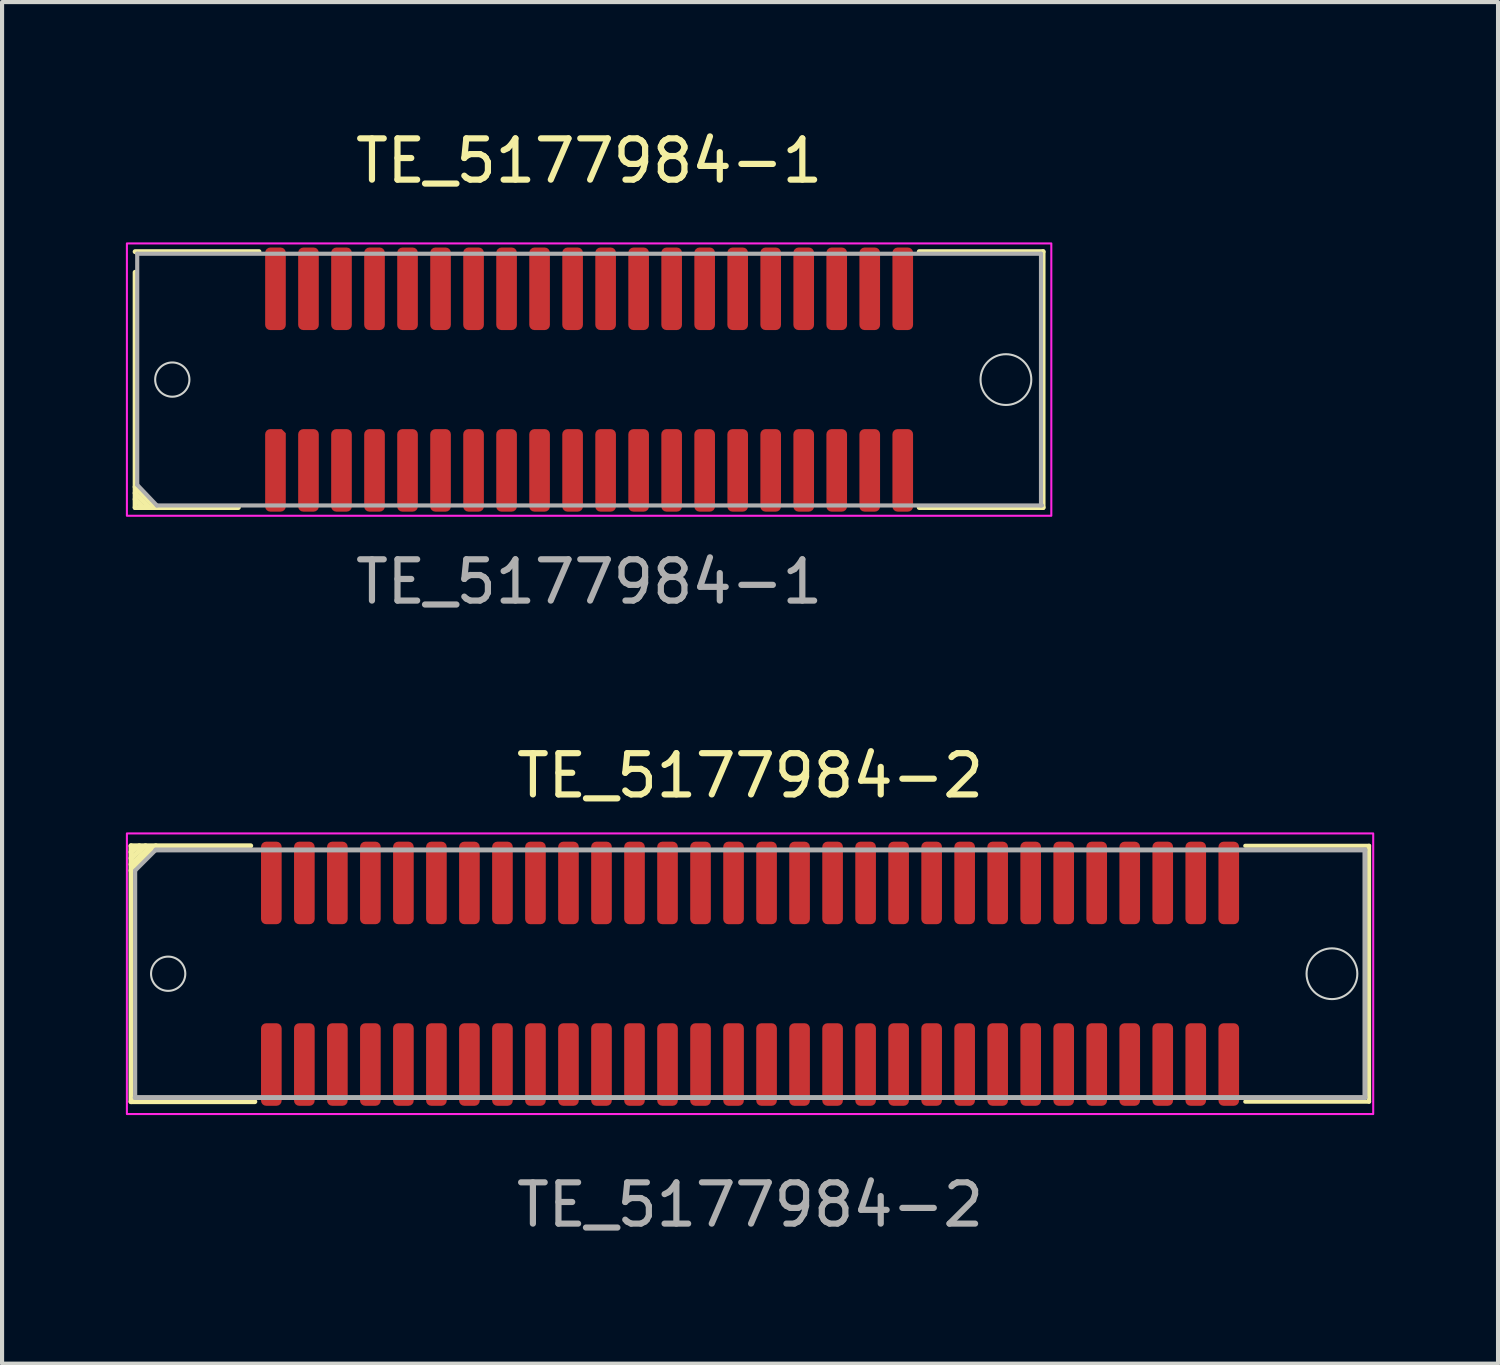
<source format=kicad_pcb>
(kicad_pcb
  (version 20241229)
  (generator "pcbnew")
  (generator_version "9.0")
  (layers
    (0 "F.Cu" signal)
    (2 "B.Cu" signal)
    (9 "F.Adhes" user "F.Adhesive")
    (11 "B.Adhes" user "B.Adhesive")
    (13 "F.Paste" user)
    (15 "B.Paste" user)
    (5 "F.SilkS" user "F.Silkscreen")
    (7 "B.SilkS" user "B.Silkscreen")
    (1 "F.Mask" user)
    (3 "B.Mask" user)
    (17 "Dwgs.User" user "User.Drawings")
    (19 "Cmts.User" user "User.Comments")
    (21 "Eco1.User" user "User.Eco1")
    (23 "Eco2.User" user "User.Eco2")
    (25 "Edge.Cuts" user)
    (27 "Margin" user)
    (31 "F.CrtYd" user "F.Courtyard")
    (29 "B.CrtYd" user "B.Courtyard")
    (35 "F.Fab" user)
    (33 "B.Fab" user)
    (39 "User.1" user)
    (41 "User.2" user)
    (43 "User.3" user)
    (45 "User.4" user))
  (footprint "TE_5177984-1"
    (layer "F.Cu")
    (at 11.225 6.148)
    (property "Reference" "TE_5177984-1" (at 0 -5.3 0) (layer "F.SilkS") (effects (font (size 1 1) (thickness 0.15))))
    (attr through_hole)
    (fp_line (start -11 -3.1) (end -8 -3.1) (stroke (width 0.12) (type solid)) (layer "F.SilkS"))
    (fp_line (start -11 2.6) (end -10.5 3.1) (stroke (width 0.12) (type solid)) (layer "F.SilkS"))
    (fp_line (start -11 2.75) (end -10.65 3.1) (stroke (width 0.12) (type solid)) (layer "F.SilkS"))
    (fp_line (start -11 2.9) (end -10.8 3.1) (stroke (width 0.12) (type solid)) (layer "F.SilkS"))
    (fp_line (start -11 3.1) (end -11 -2.6) (stroke (width 0.12) (type solid)) (layer "F.SilkS"))
    (fp_line (start -11 3.1) (end -8.5 3.1) (stroke (width 0.12) (type solid)) (layer "F.SilkS"))
    (fp_line (start 8 3.1) (end 11 3.1) (stroke (width 0.12) (type solid)) (layer "F.SilkS"))
    (fp_line (start 11 -3.1) (end 8 -3.1) (stroke (width 0.12) (type solid)) (layer "F.SilkS"))
    (fp_line (start 11 3.1) (end 11 -3.1) (stroke (width 0.12) (type solid)) (layer "F.SilkS"))
    (fp_circle (center -10.1 0) (end -9.685 0) (stroke (width 0.05) (type solid)) (fill no) (layer "Edge.Cuts"))
    (fp_circle (center 10.1 0) (end 10.715 0) (stroke (width 0.05) (type solid)) (fill no) (layer "Edge.Cuts"))
    (fp_rect (start -11.2 -3.3) (end 11.2 3.3) (stroke (width 0.05) (type solid)) (fill no) (layer "F.CrtYd"))
    (fp_line (start -10.95 -3.05) (end -10.95 2.55) (stroke (width 0.1) (type solid)) (layer "F.Fab"))
    (fp_line (start -10.95 2.55) (end -10.475 3.05) (stroke (width 0.1) (type solid)) (layer "F.Fab"))
    (fp_line (start -10.475 3.05) (end 10.975 3.05) (stroke (width 0.1) (type solid)) (layer "F.Fab"))
    (fp_line (start 10.95 -3.05) (end -10.95 -3.05) (stroke (width 0.1) (type solid)) (layer "F.Fab"))
    (fp_line (start 10.95 3.05) (end 10.95 -3.05) (stroke (width 0.1) (type solid)) (layer "F.Fab"))
    (fp_text user "${REFERENCE}" (at 0 4.9 0) (layer "F.Fab") (effects (font (size 1 1) (thickness 0.15))))
    (pad "1" smd roundrect (at -7.6 2.2) (size 0.5 2) (layers "F.Cu" "F.Mask" "F.Paste") (roundrect_rratio 0.25) (chamfer_ratio 0.2) (chamfer top_right))
    (pad "2" smd roundrect (at -7.6 -2.2) (size 0.5 2) (layers "F.Cu" "F.Mask" "F.Paste") (roundrect_rratio 0.25))
    (pad "3" smd roundrect (at -6.8 2.2) (size 0.5 2) (layers "F.Cu" "F.Mask" "F.Paste") (roundrect_rratio 0.25))
    (pad "4" smd roundrect (at -6.8 -2.2) (size 0.5 2) (layers "F.Cu" "F.Mask" "F.Paste") (roundrect_rratio 0.25))
    (pad "5" smd roundrect (at -6 2.2) (size 0.5 2) (layers "F.Cu" "F.Mask" "F.Paste") (roundrect_rratio 0.25))
    (pad "6" smd roundrect (at -6 -2.2) (size 0.5 2) (layers "F.Cu" "F.Mask" "F.Paste") (roundrect_rratio 0.25))
    (pad "7" smd roundrect (at -5.2 2.2) (size 0.5 2) (layers "F.Cu" "F.Mask" "F.Paste") (roundrect_rratio 0.25))
    (pad "8" smd roundrect (at -5.2 -2.2) (size 0.5 2) (layers "F.Cu" "F.Mask" "F.Paste") (roundrect_rratio 0.25))
    (pad "9" smd roundrect (at -4.4 2.2) (size 0.5 2) (layers "F.Cu" "F.Mask" "F.Paste") (roundrect_rratio 0.25))
    (pad "10" smd roundrect (at -4.4 -2.2) (size 0.5 2) (layers "F.Cu" "F.Mask" "F.Paste") (roundrect_rratio 0.25))
    (pad "11" smd roundrect (at -3.6 2.2) (size 0.5 2) (layers "F.Cu" "F.Mask" "F.Paste") (roundrect_rratio 0.25))
    (pad "12" smd roundrect (at -3.6 -2.2) (size 0.5 2) (layers "F.Cu" "F.Mask" "F.Paste") (roundrect_rratio 0.25))
    (pad "13" smd roundrect (at -2.8 2.2) (size 0.5 2) (layers "F.Cu" "F.Mask" "F.Paste") (roundrect_rratio 0.25))
    (pad "14" smd roundrect (at -2.8 -2.2) (size 0.5 2) (layers "F.Cu" "F.Mask" "F.Paste") (roundrect_rratio 0.25))
    (pad "15" smd roundrect (at -2 2.2) (size 0.5 2) (layers "F.Cu" "F.Mask" "F.Paste") (roundrect_rratio 0.25))
    (pad "16" smd roundrect (at -2 -2.2) (size 0.5 2) (layers "F.Cu" "F.Mask" "F.Paste") (roundrect_rratio 0.25))
    (pad "17" smd roundrect (at -1.2 2.2) (size 0.5 2) (layers "F.Cu" "F.Mask" "F.Paste") (roundrect_rratio 0.25))
    (pad "18" smd roundrect (at -1.2 -2.2) (size 0.5 2) (layers "F.Cu" "F.Mask" "F.Paste") (roundrect_rratio 0.25))
    (pad "19" smd roundrect (at -0.4 2.2) (size 0.5 2) (layers "F.Cu" "F.Mask" "F.Paste") (roundrect_rratio 0.25))
    (pad "20" smd roundrect (at -0.4 -2.2) (size 0.5 2) (layers "F.Cu" "F.Mask" "F.Paste") (roundrect_rratio 0.25))
    (pad "21" smd roundrect (at 0.4 2.2) (size 0.5 2) (layers "F.Cu" "F.Mask" "F.Paste") (roundrect_rratio 0.25))
    (pad "22" smd roundrect (at 0.4 -2.2) (size 0.5 2) (layers "F.Cu" "F.Mask" "F.Paste") (roundrect_rratio 0.25))
    (pad "23" smd roundrect (at 1.2 2.2) (size 0.5 2) (layers "F.Cu" "F.Mask" "F.Paste") (roundrect_rratio 0.25))
    (pad "24" smd roundrect (at 1.2 -2.2) (size 0.5 2) (layers "F.Cu" "F.Mask" "F.Paste") (roundrect_rratio 0.25))
    (pad "25" smd roundrect (at 2 2.2) (size 0.5 2) (layers "F.Cu" "F.Mask" "F.Paste") (roundrect_rratio 0.25))
    (pad "26" smd roundrect (at 2 -2.2) (size 0.5 2) (layers "F.Cu" "F.Mask" "F.Paste") (roundrect_rratio 0.25))
    (pad "27" smd roundrect (at 2.8 2.2) (size 0.5 2) (layers "F.Cu" "F.Mask" "F.Paste") (roundrect_rratio 0.25))
    (pad "28" smd roundrect (at 2.8 -2.2) (size 0.5 2) (layers "F.Cu" "F.Mask" "F.Paste") (roundrect_rratio 0.25))
    (pad "29" smd roundrect (at 3.6 2.2) (size 0.5 2) (layers "F.Cu" "F.Mask" "F.Paste") (roundrect_rratio 0.25))
    (pad "30" smd roundrect (at 3.6 -2.2) (size 0.5 2) (layers "F.Cu" "F.Mask" "F.Paste") (roundrect_rratio 0.25))
    (pad "31" smd roundrect (at 4.4 2.2) (size 0.5 2) (layers "F.Cu" "F.Mask" "F.Paste") (roundrect_rratio 0.25))
    (pad "32" smd roundrect (at 4.4 -2.2) (size 0.5 2) (layers "F.Cu" "F.Mask" "F.Paste") (roundrect_rratio 0.25))
    (pad "33" smd roundrect (at 5.2 2.2) (size 0.5 2) (layers "F.Cu" "F.Mask" "F.Paste") (roundrect_rratio 0.25))
    (pad "34" smd roundrect (at 5.2 -2.2) (size 0.5 2) (layers "F.Cu" "F.Mask" "F.Paste") (roundrect_rratio 0.25))
    (pad "35" smd roundrect (at 6 2.2) (size 0.5 2) (layers "F.Cu" "F.Mask" "F.Paste") (roundrect_rratio 0.25))
    (pad "36" smd roundrect (at 6 -2.2) (size 0.5 2) (layers "F.Cu" "F.Mask" "F.Paste") (roundrect_rratio 0.25))
    (pad "37" smd roundrect (at 6.8 2.2) (size 0.5 2) (layers "F.Cu" "F.Mask" "F.Paste") (roundrect_rratio 0.25))
    (pad "38" smd roundrect (at 6.8 -2.2) (size 0.5 2) (layers "F.Cu" "F.Mask" "F.Paste") (roundrect_rratio 0.25))
    (pad "39" smd roundrect (at 7.6 2.2) (size 0.5 2) (layers "F.Cu" "F.Mask" "F.Paste") (roundrect_rratio 0.25))
    (pad "40" smd roundrect (at 7.6 -2.2) (size 0.5 2) (layers "F.Cu" "F.Mask" "F.Paste") (roundrect_rratio 0.25)))
  (footprint "TE_5177984-2"
    (layer "F.Cu")
    (at 15.125 20.545)
    (property "Reference" "TE_5177984-2" (at 0 -4.8 0) (layer "F.SilkS") (effects (font (size 1 1) (thickness 0.15))))
    (attr through_hole)
    (fp_line (start -15 -3.1) (end -15 3.1) (stroke (width 0.12) (type solid)) (layer "F.SilkS"))
    (fp_line (start -15 -2.95) (end -14.8 -3.1) (stroke (width 0.12) (type solid)) (layer "F.SilkS"))
    (fp_line (start -15 -2.8) (end -14.65 -3.1) (stroke (width 0.12) (type solid)) (layer "F.SilkS"))
    (fp_line (start -15 -2.65) (end -14.55 -3.05) (stroke (width 0.12) (type solid)) (layer "F.SilkS"))
    (fp_line (start -15 -2.5) (end -14.4 -3.1) (stroke (width 0.12) (type solid)) (layer "F.SilkS"))
    (fp_line (start -15 3.1) (end -12 3.1) (stroke (width 0.12) (type solid)) (layer "F.SilkS"))
    (fp_line (start -12.1 -3.1) (end -15 -3.1) (stroke (width 0.12) (type solid)) (layer "F.SilkS"))
    (fp_line (start 12 -3.1) (end 15 -3.1) (stroke (width 0.1) (type solid)) (layer "F.SilkS"))
    (fp_line (start 15 -3.1) (end 15 3.1) (stroke (width 0.1) (type solid)) (layer "F.SilkS"))
    (fp_line (start 15 3.1) (end 12 3.1) (stroke (width 0.1) (type solid)) (layer "F.SilkS"))
    (fp_circle (center -14.1 0) (end -13.685 0) (stroke (width 0.05) (type solid)) (fill no) (layer "Edge.Cuts"))
    (fp_circle (center 14.1 0) (end 14.715 0) (stroke (width 0.05) (type solid)) (fill no) (layer "Edge.Cuts"))
    (fp_rect (start -15.1 -3.4) (end 15.1 3.4) (stroke (width 0.05) (type solid)) (fill no) (layer "F.CrtYd"))
    (fp_line (start -14.9 3) (end -14.9 -2.5) (stroke (width 0.1) (type solid)) (layer "F.Fab"))
    (fp_line (start -14.4 -3) (end -14.9 -2.5) (stroke (width 0.1) (type default)) (layer "F.Fab"))
    (fp_line (start -14.4 -3) (end 14.9 -3) (stroke (width 0.12) (type solid)) (layer "F.Fab"))
    (fp_line (start 14.9 -3) (end 14.9 3) (stroke (width 0.12) (type solid)) (layer "F.Fab"))
    (fp_line (start 14.9 3) (end -14.9 3) (stroke (width 0.12) (type solid)) (layer "F.Fab"))
    (fp_text user "${REFERENCE}" (at 0 5.6 0) (layer "F.Fab") (effects (font (size 1 1) (thickness 0.15))))
    (pad "1" smd roundrect (at -11.6 -2.2) (size 0.5 2) (layers "F.Cu" "F.Mask" "F.Paste") (roundrect_rratio 0.25))
    (pad "2" smd roundrect (at -11.6 2.2) (size 0.5 2) (layers "F.Cu" "F.Mask" "F.Paste") (roundrect_rratio 0.25))
    (pad "3" smd roundrect (at -10.8 -2.2) (size 0.5 2) (layers "F.Cu" "F.Mask" "F.Paste") (roundrect_rratio 0.25))
    (pad "4" smd roundrect (at -10.8 2.2) (size 0.5 2) (layers "F.Cu" "F.Mask" "F.Paste") (roundrect_rratio 0.25))
    (pad "5" smd roundrect (at -10 -2.2) (size 0.5 2) (layers "F.Cu" "F.Mask" "F.Paste") (roundrect_rratio 0.25))
    (pad "6" smd roundrect (at -10 2.2) (size 0.5 2) (layers "F.Cu" "F.Mask" "F.Paste") (roundrect_rratio 0.25))
    (pad "7" smd roundrect (at -9.2 -2.2) (size 0.5 2) (layers "F.Cu" "F.Mask" "F.Paste") (roundrect_rratio 0.25))
    (pad "8" smd roundrect (at -9.2 2.2) (size 0.5 2) (layers "F.Cu" "F.Mask" "F.Paste") (roundrect_rratio 0.25))
    (pad "9" smd roundrect (at -8.4 -2.2) (size 0.5 2) (layers "F.Cu" "F.Mask" "F.Paste") (roundrect_rratio 0.25))
    (pad "10" smd roundrect (at -8.4 2.2) (size 0.5 2) (layers "F.Cu" "F.Mask" "F.Paste") (roundrect_rratio 0.25))
    (pad "11" smd roundrect (at -7.6 -2.2) (size 0.5 2) (layers "F.Cu" "F.Mask" "F.Paste") (roundrect_rratio 0.25))
    (pad "12" smd roundrect (at -7.6 2.2) (size 0.5 2) (layers "F.Cu" "F.Mask" "F.Paste") (roundrect_rratio 0.25))
    (pad "13" smd roundrect (at -6.8 -2.2) (size 0.5 2) (layers "F.Cu" "F.Mask" "F.Paste") (roundrect_rratio 0.25))
    (pad "14" smd roundrect (at -6.8 2.2) (size 0.5 2) (layers "F.Cu" "F.Mask" "F.Paste") (roundrect_rratio 0.25))
    (pad "15" smd roundrect (at -6 -2.2) (size 0.5 2) (layers "F.Cu" "F.Mask" "F.Paste") (roundrect_rratio 0.25))
    (pad "16" smd roundrect (at -6 2.2) (size 0.5 2) (layers "F.Cu" "F.Mask" "F.Paste") (roundrect_rratio 0.25))
    (pad "17" smd roundrect (at -5.2 -2.2) (size 0.5 2) (layers "F.Cu" "F.Mask" "F.Paste") (roundrect_rratio 0.25))
    (pad "18" smd roundrect (at -5.2 2.2) (size 0.5 2) (layers "F.Cu" "F.Mask" "F.Paste") (roundrect_rratio 0.25))
    (pad "19" smd roundrect (at -4.4 -2.2) (size 0.5 2) (layers "F.Cu" "F.Mask" "F.Paste") (roundrect_rratio 0.25))
    (pad "20" smd roundrect (at -4.4 2.2) (size 0.5 2) (layers "F.Cu" "F.Mask" "F.Paste") (roundrect_rratio 0.25))
    (pad "21" smd roundrect (at -3.6 -2.2) (size 0.5 2) (layers "F.Cu" "F.Mask" "F.Paste") (roundrect_rratio 0.25))
    (pad "22" smd roundrect (at -3.6 2.2) (size 0.5 2) (layers "F.Cu" "F.Mask" "F.Paste") (roundrect_rratio 0.25))
    (pad "23" smd roundrect (at -2.8 -2.2) (size 0.5 2) (layers "F.Cu" "F.Mask" "F.Paste") (roundrect_rratio 0.25))
    (pad "24" smd roundrect (at -2.8 2.2) (size 0.5 2) (layers "F.Cu" "F.Mask" "F.Paste") (roundrect_rratio 0.25))
    (pad "25" smd roundrect (at -2 -2.2) (size 0.5 2) (layers "F.Cu" "F.Mask" "F.Paste") (roundrect_rratio 0.25))
    (pad "26" smd roundrect (at -2 2.2) (size 0.5 2) (layers "F.Cu" "F.Mask" "F.Paste") (roundrect_rratio 0.25))
    (pad "27" smd roundrect (at -1.2 -2.2) (size 0.5 2) (layers "F.Cu" "F.Mask" "F.Paste") (roundrect_rratio 0.25))
    (pad "28" smd roundrect (at -1.2 2.2) (size 0.5 2) (layers "F.Cu" "F.Mask" "F.Paste") (roundrect_rratio 0.25))
    (pad "29" smd roundrect (at -0.4 -2.2) (size 0.5 2) (layers "F.Cu" "F.Mask" "F.Paste") (roundrect_rratio 0.25))
    (pad "30" smd roundrect (at -0.4 2.2) (size 0.5 2) (layers "F.Cu" "F.Mask" "F.Paste") (roundrect_rratio 0.25))
    (pad "31" smd roundrect (at 0.4 -2.2) (size 0.5 2) (layers "F.Cu" "F.Mask" "F.Paste") (roundrect_rratio 0.25))
    (pad "32" smd roundrect (at 0.4 2.2) (size 0.5 2) (layers "F.Cu" "F.Mask" "F.Paste") (roundrect_rratio 0.25))
    (pad "33" smd roundrect (at 1.2 -2.2) (size 0.5 2) (layers "F.Cu" "F.Mask" "F.Paste") (roundrect_rratio 0.25))
    (pad "34" smd roundrect (at 1.2 2.2) (size 0.5 2) (layers "F.Cu" "F.Mask" "F.Paste") (roundrect_rratio 0.25))
    (pad "35" smd roundrect (at 2 -2.2) (size 0.5 2) (layers "F.Cu" "F.Mask" "F.Paste") (roundrect_rratio 0.25))
    (pad "36" smd roundrect (at 2 2.2) (size 0.5 2) (layers "F.Cu" "F.Mask" "F.Paste") (roundrect_rratio 0.25))
    (pad "37" smd roundrect (at 2.8 -2.2) (size 0.5 2) (layers "F.Cu" "F.Mask" "F.Paste") (roundrect_rratio 0.25))
    (pad "38" smd roundrect (at 2.8 2.2) (size 0.5 2) (layers "F.Cu" "F.Mask" "F.Paste") (roundrect_rratio 0.25))
    (pad "39" smd roundrect (at 3.6 -2.2) (size 0.5 2) (layers "F.Cu" "F.Mask" "F.Paste") (roundrect_rratio 0.25))
    (pad "40" smd roundrect (at 3.6 2.2) (size 0.5 2) (layers "F.Cu" "F.Mask" "F.Paste") (roundrect_rratio 0.25))
    (pad "41" smd roundrect (at 4.4 -2.2) (size 0.5 2) (layers "F.Cu" "F.Mask" "F.Paste") (roundrect_rratio 0.25))
    (pad "42" smd roundrect (at 4.4 2.2) (size 0.5 2) (layers "F.Cu" "F.Mask" "F.Paste") (roundrect_rratio 0.25))
    (pad "43" smd roundrect (at 5.2 -2.2) (size 0.5 2) (layers "F.Cu" "F.Mask" "F.Paste") (roundrect_rratio 0.25))
    (pad "44" smd roundrect (at 5.2 2.2) (size 0.5 2) (layers "F.Cu" "F.Mask" "F.Paste") (roundrect_rratio 0.25))
    (pad "45" smd roundrect (at 6 -2.2) (size 0.5 2) (layers "F.Cu" "F.Mask" "F.Paste") (roundrect_rratio 0.25))
    (pad "46" smd roundrect (at 6 2.2) (size 0.5 2) (layers "F.Cu" "F.Mask" "F.Paste") (roundrect_rratio 0.25))
    (pad "47" smd roundrect (at 6.8 -2.2) (size 0.5 2) (layers "F.Cu" "F.Mask" "F.Paste") (roundrect_rratio 0.25))
    (pad "48" smd roundrect (at 6.8 2.2) (size 0.5 2) (layers "F.Cu" "F.Mask" "F.Paste") (roundrect_rratio 0.25))
    (pad "49" smd roundrect (at 7.6 -2.2) (size 0.5 2) (layers "F.Cu" "F.Mask" "F.Paste") (roundrect_rratio 0.25))
    (pad "50" smd roundrect (at 7.6 2.2) (size 0.5 2) (layers "F.Cu" "F.Mask" "F.Paste") (roundrect_rratio 0.25))
    (pad "51" smd roundrect (at 8.4 -2.2) (size 0.5 2) (layers "F.Cu" "F.Mask" "F.Paste") (roundrect_rratio 0.25))
    (pad "52" smd roundrect (at 8.4 2.2) (size 0.5 2) (layers "F.Cu" "F.Mask" "F.Paste") (roundrect_rratio 0.25))
    (pad "53" smd roundrect (at 9.2 -2.2) (size 0.5 2) (layers "F.Cu" "F.Mask" "F.Paste") (roundrect_rratio 0.25))
    (pad "54" smd roundrect (at 9.2 2.2) (size 0.5 2) (layers "F.Cu" "F.Mask" "F.Paste") (roundrect_rratio 0.25))
    (pad "55" smd roundrect (at 10 -2.2) (size 0.5 2) (layers "F.Cu" "F.Mask" "F.Paste") (roundrect_rratio 0.25))
    (pad "56" smd roundrect (at 10 2.2) (size 0.5 2) (layers "F.Cu" "F.Mask" "F.Paste") (roundrect_rratio 0.25))
    (pad "57" smd roundrect (at 10.8 -2.2) (size 0.5 2) (layers "F.Cu" "F.Mask" "F.Paste") (roundrect_rratio 0.25))
    (pad "58" smd roundrect (at 10.8 2.2) (size 0.5 2) (layers "F.Cu" "F.Mask" "F.Paste") (roundrect_rratio 0.25))
    (pad "59" smd roundrect (at 11.6 -2.2) (size 0.5 2) (layers "F.Cu" "F.Mask" "F.Paste") (roundrect_rratio 0.25))
    (pad "60" smd roundrect (at 11.6 2.2) (size 0.5 2) (layers "F.Cu" "F.Mask" "F.Paste") (roundrect_rratio 0.25)))
  (gr_rect
    (start -3 -3)
    (end 33.25 29.993)
    (stroke (width 0.1) (type default))
    (fill no)
    (layer "Edge.Cuts")))
</source>
